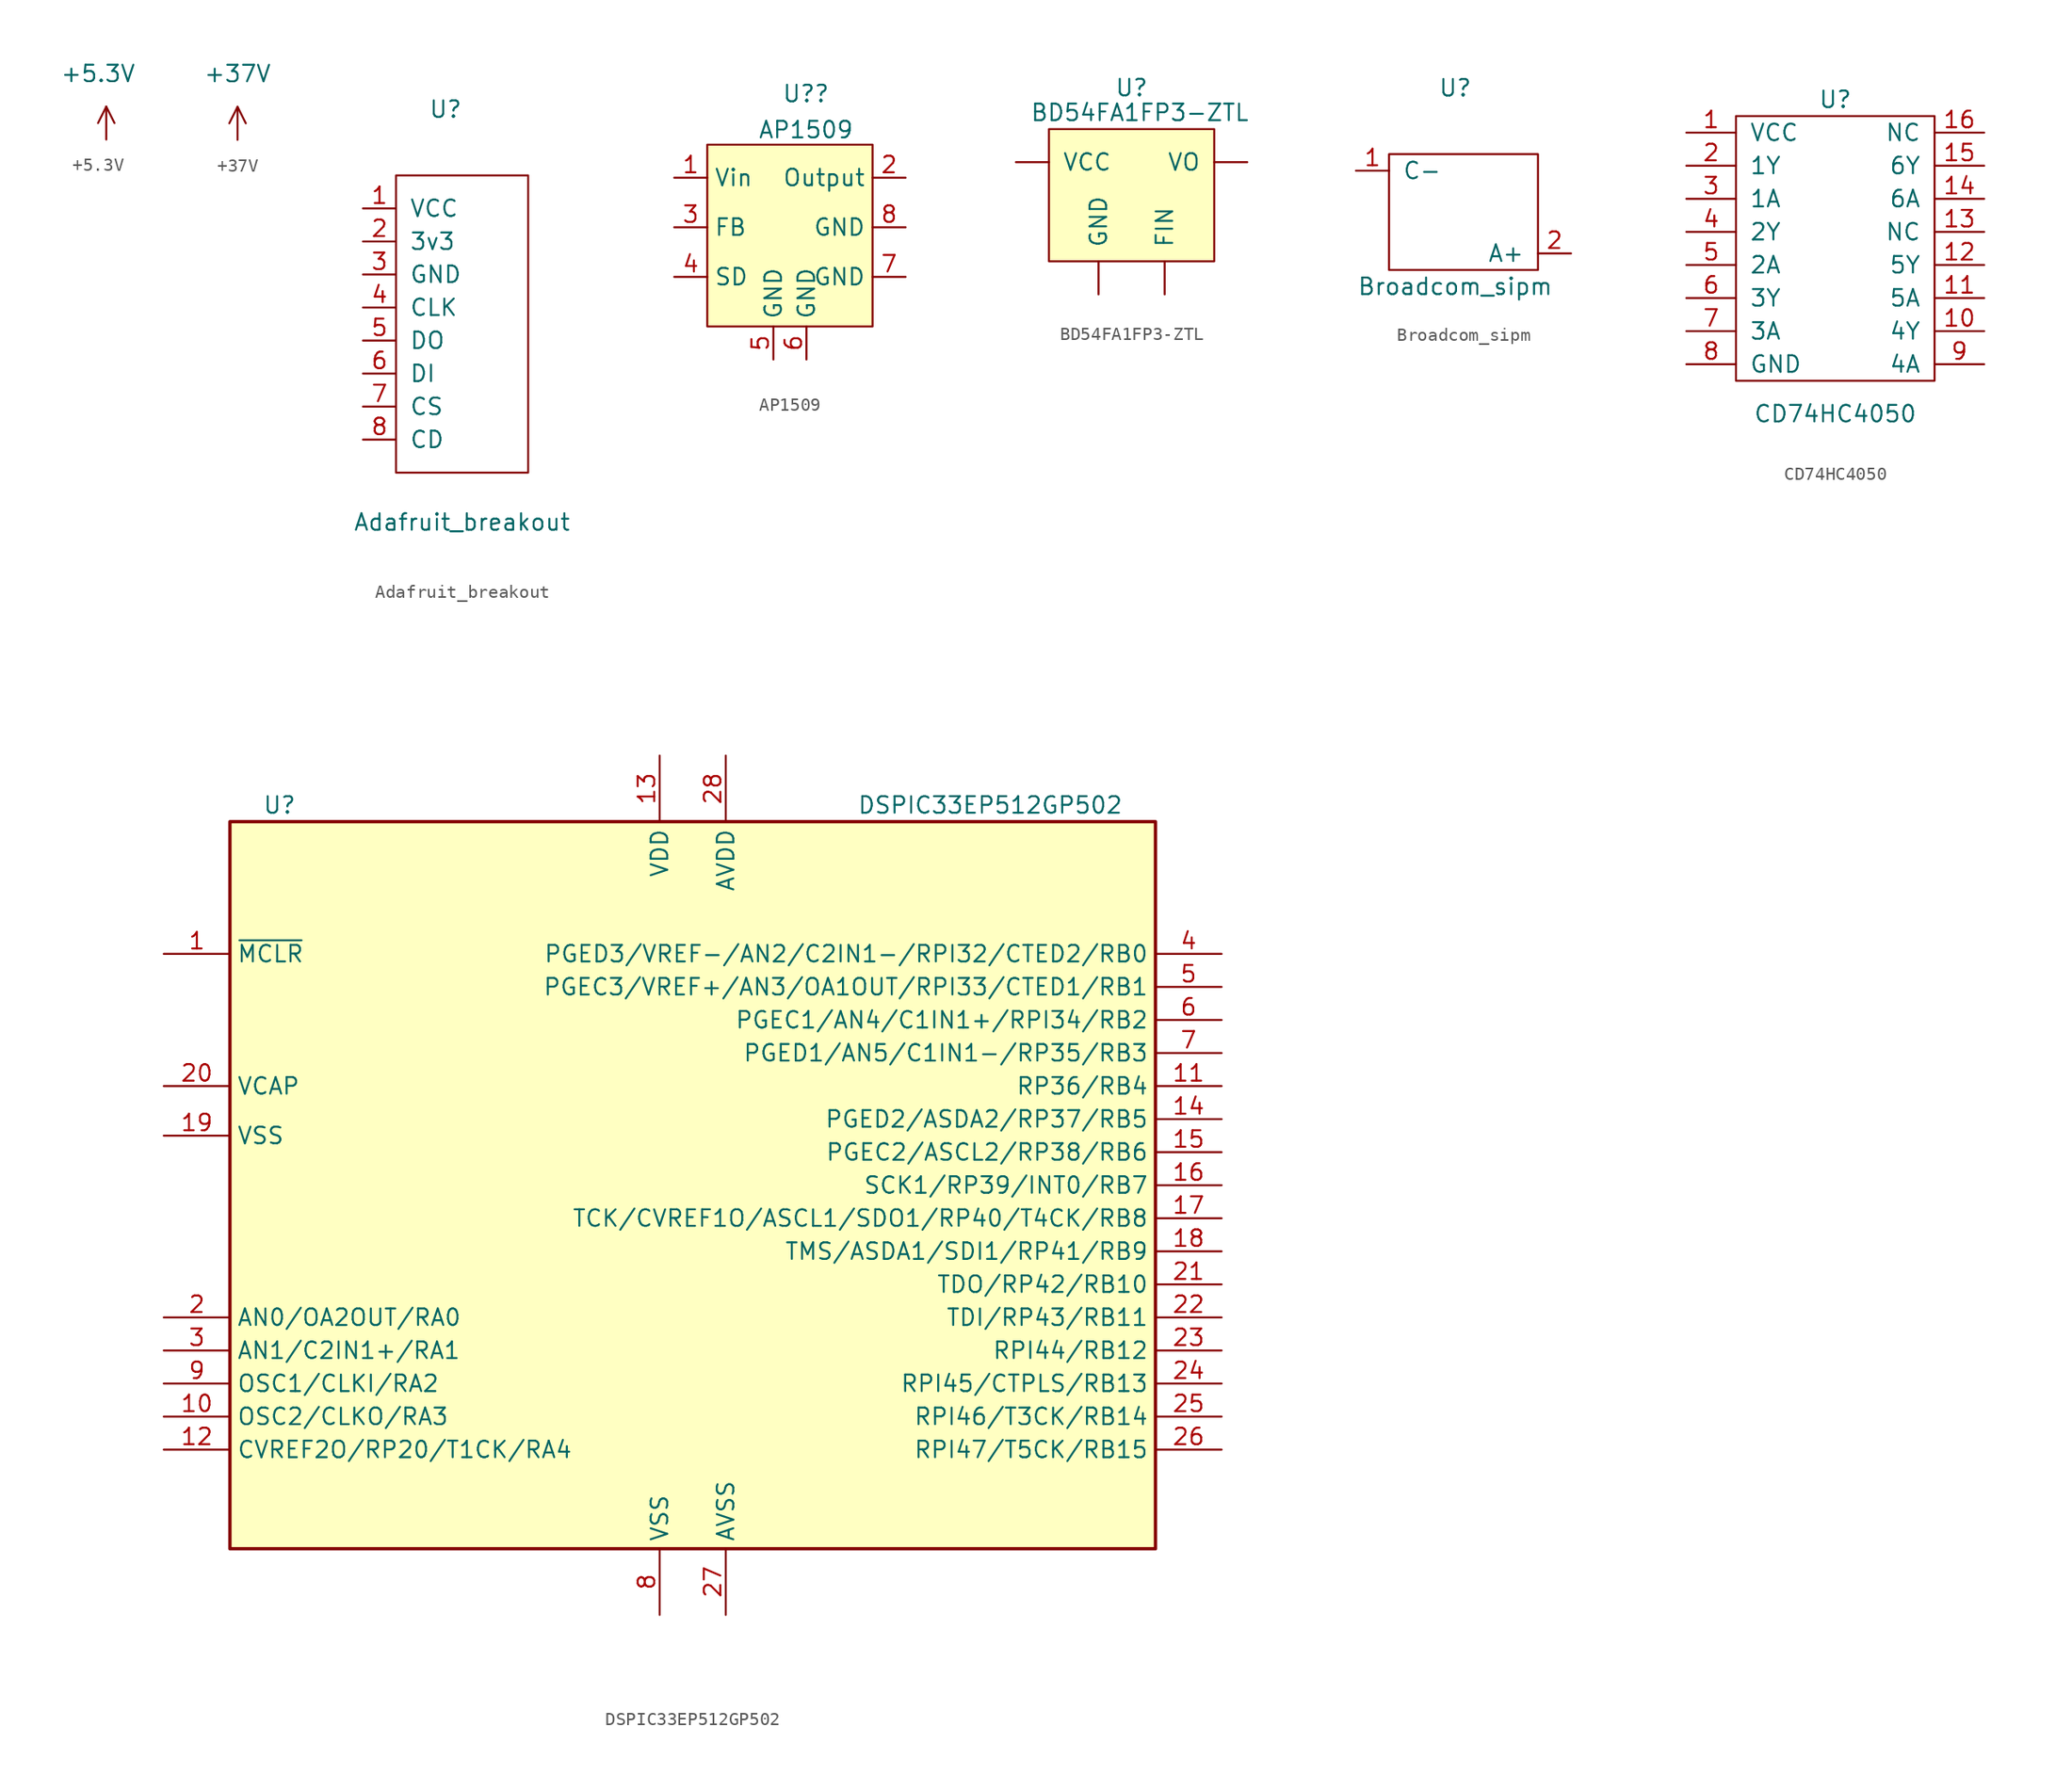
<source format=kicad_sym>
(kicad_symbol_lib
  (version 20211014)
  (generator kicad_symbol_editor)
  (symbol "+5.3V"
    (power)
    (pin_names
      (offset 1.016))
    (property "Reference" "#PWR?"
      (at 0 4.445 0)
      (effects (font (size 1.27 1.27)) hide))
    (property "Value" "+5.3V"
      (at -0.635 2.54 0)
      (effects (font (size 1.27 1.27))))
    (symbol "+5.3V_0_1"
      (polyline (pts (xy 0 0) (xy 0 -2.54)) (stroke (width 0) (type default) (color 0 0 0 0)) (fill (type none)))
      (polyline (pts (xy 0 0) (xy 0.635 -1.27)) (stroke (width 0) (type default) (color 0 0 0 0)) (fill (type none)))
      (polyline (pts (xy 0 0) (xy -0.635 -1.27) (xy 0 0)) (stroke (width 0) (type default) (color 0 0 0 0)) (fill (type none))))
    (symbol "+5.3V_1_1"
      (pin power_in line (at 0 -2.54 90) (length 2.54) hide (name "+5.3V" (effects (font (size 1.27 1.27)))) (number "1" (effects (font (size 1.27 1.27)))))))
  (symbol "+37V"
    (power)
    (pin_names
      (offset 1.016))
    (property "Reference" "#PWR?"
      (at 0 -1.27 0)
      (effects (font (size 1.27 1.27)) hide))
    (property "Value" "+37V"
      (at 0 3.81 0)
      (effects (font (size 1.27 1.27))))
    (symbol "+37V_0_1"
      (polyline (pts (xy 0 1.27) (xy -0.635 0) (xy 0 1.27) (xy 0.635 0)) (stroke (width 0) (type default) (color 0 0 0 0)) (fill (type none)))
      (rectangle (start 0 1.27) (end 0 -1.27) (stroke (width 0) (type default) (color 0 0 0 0)) (fill (type none))))
    (symbol "+37V_1_1"
      (pin input line (at 0 -1.27 90) (length 2.54) hide (name "+37V" (effects (font (size 1.27 1.27)))) (number "1" (effects (font (size 1.27 1.27)))))))
  (symbol "Adafruit_breakout"
    (pin_names
      (offset 1.016))
    (property "Reference" "U"
      (at 0 17.78 0)
      (effects (font (size 1.27 1.27))))
    (property "Value" "Adafruit_breakout"
      (at 1.27 -13.97 0)
      (effects (font (size 1.27 1.27))))
    (symbol "Adafruit_breakout_0_1"
      (rectangle (start -3.81 12.7) (end 6.35 -10.16) (stroke (width 0) (type default) (color 0 0 0 0)) (fill (type none))))
    (symbol "Adafruit_breakout_1_1"
      (pin input line (at -6.35 10.16 0) (length 2.54) (name "VCC" (effects (font (size 1.27 1.27)))) (number "1" (effects (font (size 1.27 1.27)))))
      (pin input line (at -6.35 7.62 0) (length 2.54) (name "3v3" (effects (font (size 1.27 1.27)))) (number "2" (effects (font (size 1.27 1.27)))))
      (pin input line (at -6.35 5.08 0) (length 2.54) (name "GND" (effects (font (size 1.27 1.27)))) (number "3" (effects (font (size 1.27 1.27)))))
      (pin input line (at -6.35 2.54 0) (length 2.54) (name "CLK" (effects (font (size 1.27 1.27)))) (number "4" (effects (font (size 1.27 1.27)))))
      (pin input line (at -6.35 0 0) (length 2.54) (name "DO" (effects (font (size 1.27 1.27)))) (number "5" (effects (font (size 1.27 1.27)))))
      (pin input line (at -6.35 -2.54 0) (length 2.54) (name "DI" (effects (font (size 1.27 1.27)))) (number "6" (effects (font (size 1.27 1.27)))))
      (pin input line (at -6.35 -5.08 0) (length 2.54) (name "CS" (effects (font (size 1.27 1.27)))) (number "7" (effects (font (size 1.27 1.27)))))
      (pin input line (at -6.35 -7.62 0) (length 2.54) (name "CD" (effects (font (size 1.27 1.27)))) (number "8" (effects (font (size 1.27 1.27)))))))
  (symbol "AP1509"
    (property "Reference" "U?"
      (at 1.232 10.266 0)
      (effects (font (size 1.27 1.27))))
    (property "Value" "AP1509"
      (at 1.232 7.491 0)
      (effects (font (size 1.27 1.27))))
    (symbol "AP1509_0_1"
      (rectangle (start -6.35 6.35) (end 6.35 -7.62) (stroke (width 0.152) (type default) (color 0 0 0 0)) (fill (type background))))
    (symbol "AP1509_1_1"
      (pin power_in line (at -8.89 3.81 0) (length 2.54) (name "Vin" (effects (font (size 1.27 1.27)))) (number "1" (effects (font (size 1.27 1.27)))))
      (pin power_out line (at 8.89 3.81 180) (length 2.54) (name "Output" (effects (font (size 1.27 1.27)))) (number "2" (effects (font (size 1.27 1.27)))))
      (pin input line (at -8.89 0 0) (length 2.54) (name "FB" (effects (font (size 1.27 1.27)))) (number "3" (effects (font (size 1.27 1.27)))))
      (pin input line (at -8.89 -3.81 0) (length 2.54) (name "SD" (effects (font (size 1.27 1.27)))) (number "4" (effects (font (size 1.27 1.27)))))
      (pin input line (at -1.27 -10.16 90) (length 2.54) (name "GND" (effects (font (size 1.27 1.27)))) (number "5" (effects (font (size 1.27 1.27)))))
      (pin input line (at 1.27 -10.16 90) (length 2.54) (name "GND" (effects (font (size 1.27 1.27)))) (number "6" (effects (font (size 1.27 1.27)))))
      (pin input line (at 8.89 -3.81 180) (length 2.54) (name "GND" (effects (font (size 1.27 1.27)))) (number "7" (effects (font (size 1.27 1.27)))))
      (pin input line (at 8.89 0 180) (length 2.54) (name "GND" (effects (font (size 1.27 1.27)))) (number "8" (effects (font (size 1.27 1.27)))))))
  (symbol "BD54FA1FP3-ZTL"
    (pin_names
      (offset 1.016))
    (property "Reference" "U"
      (at 0 6.985 0)
      (effects (font (size 1.27 1.27))))
    (property "Value" "BD54FA1FP3-ZTL"
      (at 0.635 5.08 0)
      (effects (font (size 1.27 1.27))))
    (symbol "BD54FA1FP3-ZTL_0_1"
      (rectangle (start -6.35 3.81) (end 6.35 -6.35) (stroke (width 0) (type default) (color 0 0 0 0)) (fill (type background))))
    (symbol "BD54FA1FP3-ZTL_1_1"
      (pin input line (at 2.54 -8.89 90) (length 2.54) (name "FIN" (effects (font (size 1.27 1.27)))) (number "~" (effects (font (size 1.27 1.27)))))
      (pin input line (at -2.54 -8.89 90) (length 2.54) (name "GND" (effects (font (size 1.27 1.27)))) (number "~" (effects (font (size 1.27 1.27)))))
      (pin input line (at -8.89 1.27 0) (length 2.54) (name "VCC" (effects (font (size 1.27 1.27)))) (number "~" (effects (font (size 1.27 1.27)))))
      (pin input line (at 8.89 1.27 180) (length 2.54) (name "VO" (effects (font (size 1.27 1.27)))) (number "~" (effects (font (size 1.27 1.27)))))))
  (symbol "Broadcom_sipm"
    (pin_names
      (offset 1.016))
    (property "Reference" "U"
      (at 0 7.62 0)
      (effects (font (size 1.27 1.27))))
    (property "Value" "Broadcom_sipm"
      (at 0 -7.62 0)
      (effects (font (size 1.27 1.27))))
    (symbol "Broadcom_sipm_0_1"
      (rectangle (start -5.08 2.54) (end 6.35 -6.35) (stroke (width 0) (type default) (color 0 0 0 0)) (fill (type none))))
    (symbol "Broadcom_sipm_1_1"
      (pin input line (at -7.62 1.27 0) (length 2.54) (name "C-" (effects (font (size 1.27 1.27)))) (number "1" (effects (font (size 1.27 1.27)))))
      (pin input line (at 8.89 -5.08 180) (length 2.54) (name "A+" (effects (font (size 1.27 1.27)))) (number "2" (effects (font (size 1.27 1.27)))))))
  (symbol "CD74HC4050"
    (pin_names
      (offset 1.016))
    (property "Reference" "U"
      (at 2.54 11.43 0)
      (effects (font (size 1.27 1.27))))
    (property "Value" "CD74HC4050"
      (at 2.54 -12.7 0)
      (effects (font (size 1.27 1.27))))
    (symbol "CD74HC4050_0_1"
      (rectangle (start -5.08 10.16) (end 10.16 -10.16) (stroke (width 0) (type default) (color 0 0 0 0)) (fill (type none))))
    (symbol "CD74HC4050_1_1"
      (pin power_in line (at -8.89 8.89 0) (length 3.81) (name "VCC" (effects (font (size 1.27 1.27)))) (number "1" (effects (font (size 1.27 1.27)))))
      (pin power_in line (at 13.97 -6.35 180) (length 3.81) (name "4Y" (effects (font (size 1.27 1.27)))) (number "10" (effects (font (size 1.27 1.27)))))
      (pin power_in line (at 13.97 -3.81 180) (length 3.81) (name "5A" (effects (font (size 1.27 1.27)))) (number "11" (effects (font (size 1.27 1.27)))))
      (pin power_in line (at 13.97 -1.27 180) (length 3.81) (name "5Y" (effects (font (size 1.27 1.27)))) (number "12" (effects (font (size 1.27 1.27)))))
      (pin power_in line (at 13.97 1.27 180) (length 3.81) (name "NC" (effects (font (size 1.27 1.27)))) (number "13" (effects (font (size 1.27 1.27)))))
      (pin power_in line (at 13.97 3.81 180) (length 3.81) (name "6A" (effects (font (size 1.27 1.27)))) (number "14" (effects (font (size 1.27 1.27)))))
      (pin power_in line (at 13.97 6.35 180) (length 3.81) (name "6Y" (effects (font (size 1.27 1.27)))) (number "15" (effects (font (size 1.27 1.27)))))
      (pin power_in line (at 13.97 8.89 180) (length 3.81) (name "NC" (effects (font (size 1.27 1.27)))) (number "16" (effects (font (size 1.27 1.27)))))
      (pin power_in line (at -8.89 6.35 0) (length 3.81) (name "1Y" (effects (font (size 1.27 1.27)))) (number "2" (effects (font (size 1.27 1.27)))))
      (pin power_in line (at -8.89 3.81 0) (length 3.81) (name "1A" (effects (font (size 1.27 1.27)))) (number "3" (effects (font (size 1.27 1.27)))))
      (pin power_in line (at -8.89 1.27 0) (length 3.81) (name "2Y" (effects (font (size 1.27 1.27)))) (number "4" (effects (font (size 1.27 1.27)))))
      (pin power_in line (at -8.89 -1.27 0) (length 3.81) (name "2A" (effects (font (size 1.27 1.27)))) (number "5" (effects (font (size 1.27 1.27)))))
      (pin power_in line (at -8.89 -3.81 0) (length 3.81) (name "3Y" (effects (font (size 1.27 1.27)))) (number "6" (effects (font (size 1.27 1.27)))))
      (pin power_in line (at -8.89 -6.35 0) (length 3.81) (name "3A" (effects (font (size 1.27 1.27)))) (number "7" (effects (font (size 1.27 1.27)))))
      (pin power_in line (at -8.89 -8.89 0) (length 3.81) (name "GND" (effects (font (size 1.27 1.27)))) (number "8" (effects (font (size 1.27 1.27)))))
      (pin power_in line (at 13.97 -8.89 180) (length 3.81) (name "4A" (effects (font (size 1.27 1.27)))) (number "9" (effects (font (size 1.27 1.27)))))))
  (symbol "DSPIC33EP512GP502"
    (property "Reference" "U"
      (at -31.75 29.21 0)
      (effects (font (size 1.27 1.27))))
    (property "Value" "DSPIC33EP512GP502"
      (at 22.86 29.21 0)
      (effects (font (size 1.27 1.27))))
    (symbol "DSPIC33EP512GP502_0_1"
      (rectangle (start -35.56 27.94) (end 35.56 -27.94) (stroke (width 0.254) (type default) (color 0 0 0 0)) (fill (type background))))
    (symbol "DSPIC33EP512GP502_1_1"
      (pin input line (at -40.64 17.78 0) (length 5.08) (name "~{MCLR}" (effects (font (size 1.27 1.27)))) (number "1" (effects (font (size 1.27 1.27)))))
      (pin bidirectional line (at -40.64 -17.78 0) (length 5.08) (name "OSC2/CLKO/RA3" (effects (font (size 1.27 1.27)))) (number "10" (effects (font (size 1.27 1.27)))))
      (pin bidirectional line (at 40.64 7.62 180) (length 5.08) (name "RP36/RB4" (effects (font (size 1.27 1.27)))) (number "11" (effects (font (size 1.27 1.27)))))
      (pin bidirectional line (at -40.64 -20.32 0) (length 5.08) (name "CVREF2O/RP20/T1CK/RA4" (effects (font (size 1.27 1.27)))) (number "12" (effects (font (size 1.27 1.27)))))
      (pin power_in line (at -2.54 33.02 270) (length 5.08) (name "VDD" (effects (font (size 1.27 1.27)))) (number "13" (effects (font (size 1.27 1.27)))))
      (pin bidirectional line (at 40.64 5.08 180) (length 5.08) (name "PGED2/ASDA2/RP37/RB5" (effects (font (size 1.27 1.27)))) (number "14" (effects (font (size 1.27 1.27)))))
      (pin bidirectional line (at 40.64 2.54 180) (length 5.08) (name "PGEC2/ASCL2/RP38/RB6" (effects (font (size 1.27 1.27)))) (number "15" (effects (font (size 1.27 1.27)))))
      (pin bidirectional line (at 40.64 0 180) (length 5.08) (name "SCK1/RP39/INT0/RB7" (effects (font (size 1.27 1.27)))) (number "16" (effects (font (size 1.27 1.27)))))
      (pin bidirectional line (at 40.64 -2.54 180) (length 5.08) (name "TCK/CVREF1O/ASCL1/SDO1/RP40/T4CK/RB8" (effects (font (size 1.27 1.27)))) (number "17" (effects (font (size 1.27 1.27)))))
      (pin bidirectional line (at 40.64 -5.08 180) (length 5.08) (name "TMS/ASDA1/SDI1/RP41/RB9" (effects (font (size 1.27 1.27)))) (number "18" (effects (font (size 1.27 1.27)))))
      (pin passive line (at -40.64 3.81 0) (length 5.08) (name "VSS" (effects (font (size 1.27 1.27)))) (number "19" (effects (font (size 1.27 1.27)))))
      (pin bidirectional line (at -40.64 -10.16 0) (length 5.08) (name "AN0/OA2OUT/RA0" (effects (font (size 1.27 1.27)))) (number "2" (effects (font (size 1.27 1.27)))))
      (pin passive line (at -40.64 7.62 0) (length 5.08) (name "VCAP" (effects (font (size 1.27 1.27)))) (number "20" (effects (font (size 1.27 1.27)))))
      (pin bidirectional line (at 40.64 -7.62 180) (length 5.08) (name "TDO/RP42/RB10" (effects (font (size 1.27 1.27)))) (number "21" (effects (font (size 1.27 1.27)))))
      (pin bidirectional line (at 40.64 -10.16 180) (length 5.08) (name "TDI/RP43/RB11" (effects (font (size 1.27 1.27)))) (number "22" (effects (font (size 1.27 1.27)))))
      (pin bidirectional line (at 40.64 -12.7 180) (length 5.08) (name "RPI44/RB12" (effects (font (size 1.27 1.27)))) (number "23" (effects (font (size 1.27 1.27)))))
      (pin bidirectional line (at 40.64 -15.24 180) (length 5.08) (name "RPI45/CTPLS/RB13" (effects (font (size 1.27 1.27)))) (number "24" (effects (font (size 1.27 1.27)))))
      (pin bidirectional line (at 40.64 -17.78 180) (length 5.08) (name "RPI46/T3CK/RB14" (effects (font (size 1.27 1.27)))) (number "25" (effects (font (size 1.27 1.27)))))
      (pin bidirectional line (at 40.64 -20.32 180) (length 5.08) (name "RPI47/T5CK/RB15" (effects (font (size 1.27 1.27)))) (number "26" (effects (font (size 1.27 1.27)))))
      (pin power_in line (at 2.54 -33.02 90) (length 5.08) (name "AVSS" (effects (font (size 1.27 1.27)))) (number "27" (effects (font (size 1.27 1.27)))))
      (pin power_in line (at 2.54 33.02 270) (length 5.08) (name "AVDD" (effects (font (size 1.27 1.27)))) (number "28" (effects (font (size 1.27 1.27)))))
      (pin bidirectional line (at -40.64 -12.7 0) (length 5.08) (name "AN1/C2IN1+/RA1" (effects (font (size 1.27 1.27)))) (number "3" (effects (font (size 1.27 1.27)))))
      (pin bidirectional line (at 40.64 17.78 180) (length 5.08) (name "PGED3/VREF-/AN2/C2IN1-/RPI32/CTED2/RB0" (effects (font (size 1.27 1.27)))) (number "4" (effects (font (size 1.27 1.27)))))
      (pin bidirectional line (at 40.64 15.24 180) (length 5.08) (name "PGEC3/VREF+/AN3/OA1OUT/RPI33/CTED1/RB1" (effects (font (size 1.27 1.27)))) (number "5" (effects (font (size 1.27 1.27)))))
      (pin bidirectional line (at 40.64 12.7 180) (length 5.08) (name "PGEC1/AN4/C1IN1+/RPI34/RB2" (effects (font (size 1.27 1.27)))) (number "6" (effects (font (size 1.27 1.27)))))
      (pin bidirectional line (at 40.64 10.16 180) (length 5.08) (name "PGED1/AN5/C1IN1-/RP35/RB3" (effects (font (size 1.27 1.27)))) (number "7" (effects (font (size 1.27 1.27)))))
      (pin power_in line (at -2.54 -33.02 90) (length 5.08) (name "VSS" (effects (font (size 1.27 1.27)))) (number "8" (effects (font (size 1.27 1.27)))))
      (pin bidirectional line (at -40.64 -15.24 0) (length 5.08) (name "OSC1/CLKI/RA2" (effects (font (size 1.27 1.27)))) (number "9" (effects (font (size 1.27 1.27))))))))
</source>
